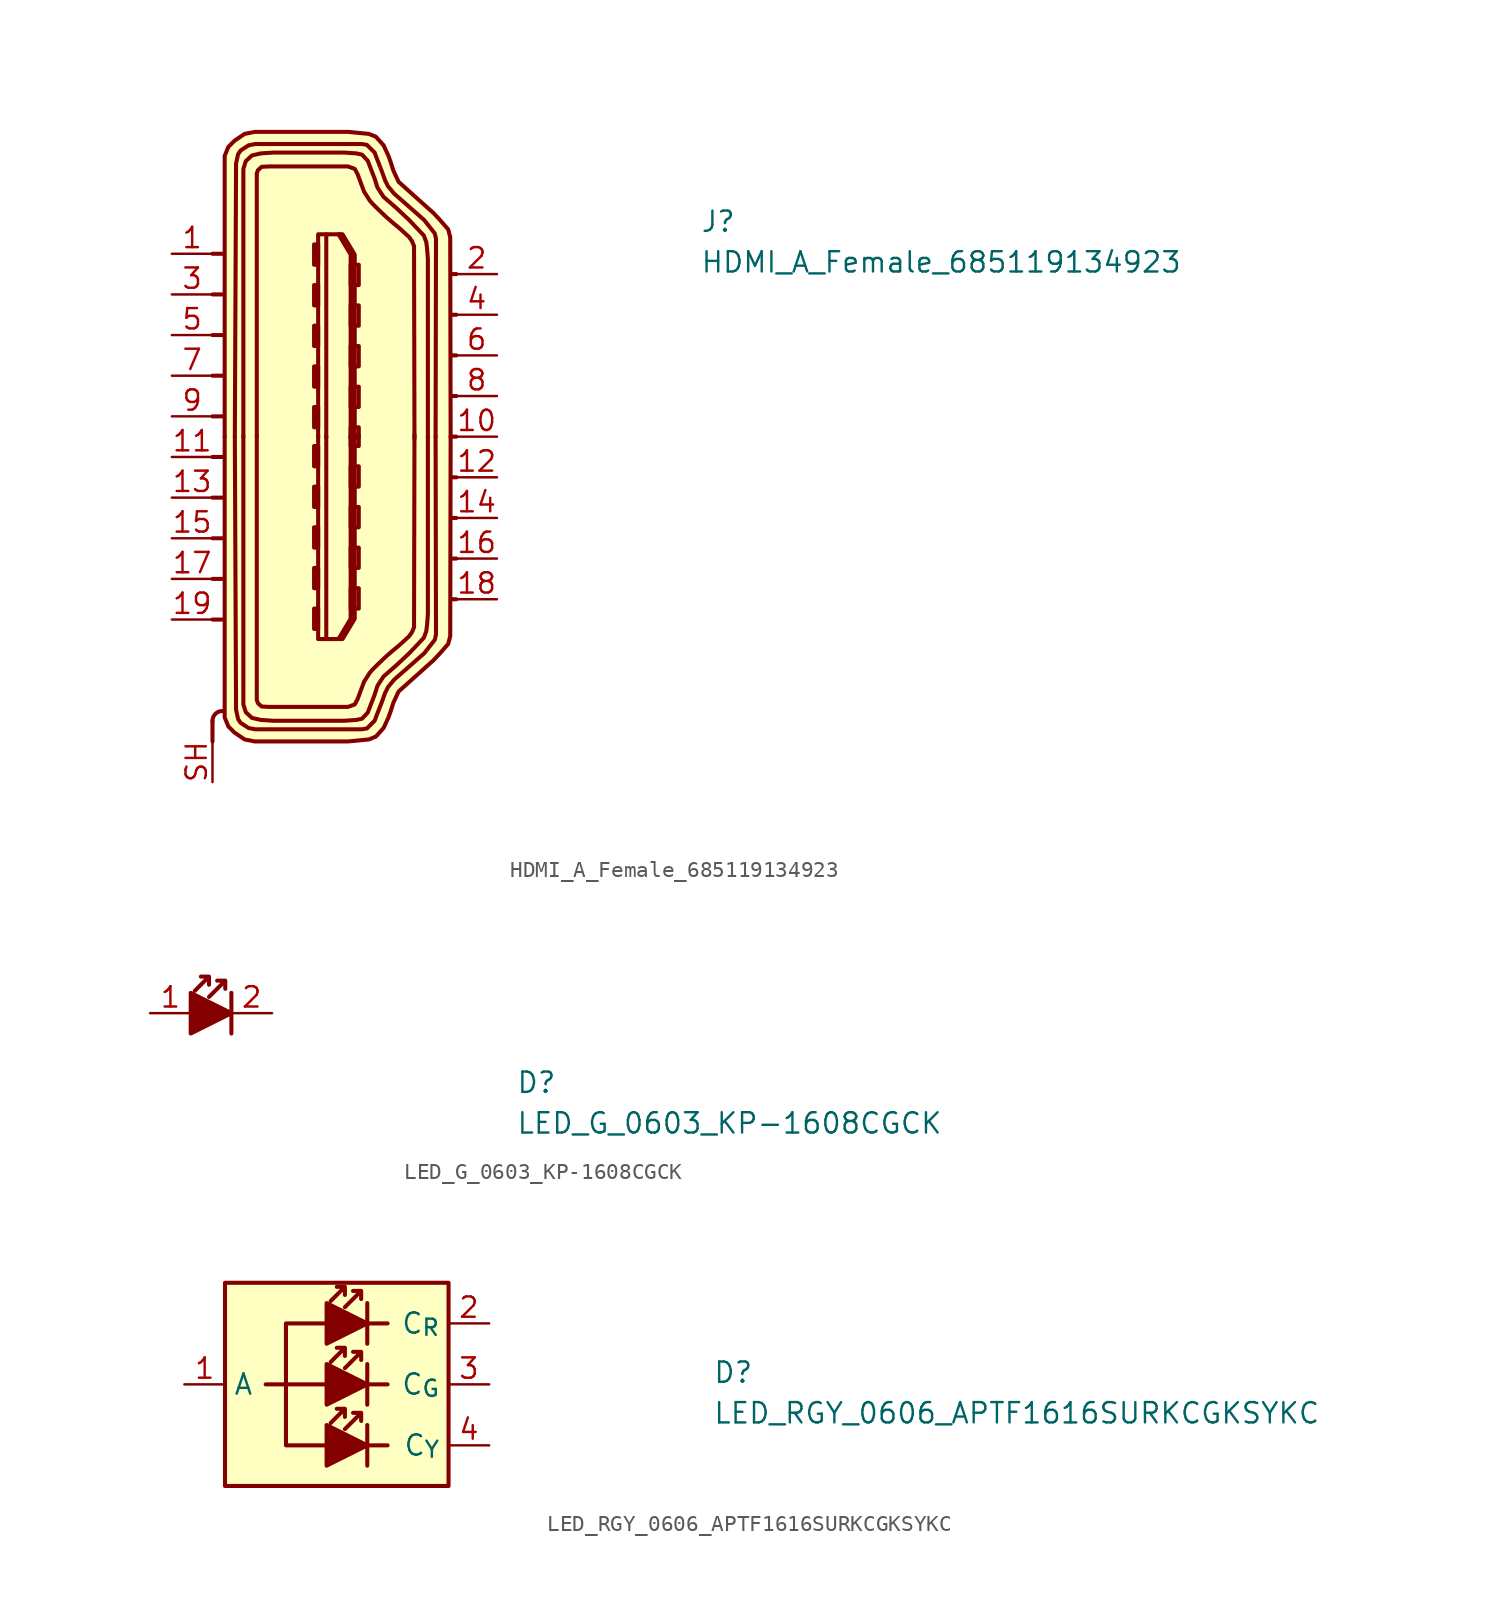
<source format=kicad_sym>
(kicad_symbol_lib
  (version 20211014)
  (generator kicad_symbol_editor)
  (symbol "HDMI_A_Female_685119134923"
    (property "Reference" "J"
      (at 33.02 1.27 0)
      (effects (font (size 1.27 1.27) (thickness 0.15)) (justify left bottom)))
    (property "Value" "HDMI_A_Female_685119134923"
      (at 33.02 -1.27 0)
      (effects (font (size 1.27 1.27) (thickness 0.15)) (justify left bottom)))
    (symbol "HDMI_A_Female_685119134923_1_1"
      (polyline (pts (xy 2.54 -29.21) (xy 2.54 -30.48)) (stroke (width 0.254) (type default) (color 0 0 0 0)) (fill (type none)))
      (polyline (pts (xy 3.175 -22.86) (xy 2.54 -22.86)) (stroke (width 0.254) (type default) (color 0 0 0 0)) (fill (type background)))
      (polyline (pts (xy 3.175 -20.32) (xy 2.54 -20.32)) (stroke (width 0.254) (type default) (color 0 0 0 0)) (fill (type background)))
      (polyline (pts (xy 3.175 -17.78) (xy 2.54 -17.78)) (stroke (width 0.254) (type default) (color 0 0 0 0)) (fill (type background)))
      (polyline (pts (xy 3.175 -15.24) (xy 2.54 -15.24)) (stroke (width 0.254) (type default) (color 0 0 0 0)) (fill (type background)))
      (polyline (pts (xy 3.175 -12.7) (xy 2.54 -12.7)) (stroke (width 0.254) (type default) (color 0 0 0 0)) (fill (type background)))
      (polyline (pts (xy 3.175 -10.16) (xy 2.54 -10.16)) (stroke (width 0.254) (type default) (color 0 0 0 0)) (fill (type background)))
      (polyline (pts (xy 3.175 -7.62) (xy 2.54 -7.62)) (stroke (width 0.254) (type default) (color 0 0 0 0)) (fill (type background)))
      (polyline (pts (xy 3.175 -5.08) (xy 2.54 -5.08)) (stroke (width 0.254) (type default) (color 0 0 0 0)) (fill (type background)))
      (polyline (pts (xy 3.175 -2.54) (xy 2.54 -2.54)) (stroke (width 0.254) (type default) (color 0 0 0 0)) (fill (type background)))
      (polyline (pts (xy 3.175 0) (xy 2.54 0)) (stroke (width 0.254) (type default) (color 0 0 0 0)) (fill (type background)))
      (polyline (pts (xy 9.652 -11.481) (xy 9.652 1.219)) (stroke (width 0.254) (type default) (color 0 0 0 0)) (fill (type background)))
      (polyline (pts (xy 9.652 -11.379) (xy 9.652 -24.079)) (stroke (width 0.254) (type default) (color 0 0 0 0)) (fill (type background)))
      (polyline (pts (xy 10.541 -24.079) (xy 11.303 -22.809)) (stroke (width 0.254) (type default) (color 0 0 0 0)) (fill (type background)))
      (polyline (pts (xy 10.541 1.219) (xy 11.303 -0.051)) (stroke (width 0.254) (type default) (color 0 0 0 0)) (fill (type background)))
      (polyline (pts (xy 11.303 -22.809) (xy 11.303 -11.379)) (stroke (width 0.254) (type default) (color 0 0 0 0)) (fill (type background)))
      (polyline (pts (xy 11.303 -0.051) (xy 11.303 -11.481)) (stroke (width 0.254) (type default) (color 0 0 0 0)) (fill (type background)))
      (polyline (pts (xy 17.78 -21.59) (xy 17.526 -21.59)) (stroke (width 0.254) (type default) (color 0 0 0 0)) (fill (type none)))
      (polyline (pts (xy 17.78 -19.05) (xy 17.526 -19.05)) (stroke (width 0.254) (type default) (color 0 0 0 0)) (fill (type none)))
      (polyline (pts (xy 17.78 -16.51) (xy 17.526 -16.51)) (stroke (width 0.254) (type default) (color 0 0 0 0)) (fill (type none)))
      (polyline (pts (xy 17.78 -13.97) (xy 17.526 -13.97)) (stroke (width 0.254) (type default) (color 0 0 0 0)) (fill (type none)))
      (polyline (pts (xy 17.78 -11.43) (xy 17.526 -11.43)) (stroke (width 0.254) (type default) (color 0 0 0 0)) (fill (type none)))
      (polyline (pts (xy 17.78 -8.89) (xy 17.526 -8.89)) (stroke (width 0.254) (type default) (color 0 0 0 0)) (fill (type none)))
      (polyline (pts (xy 17.78 -6.35) (xy 17.526 -6.35)) (stroke (width 0.254) (type default) (color 0 0 0 0)) (fill (type none)))
      (polyline (pts (xy 17.78 -3.81) (xy 17.526 -3.81)) (stroke (width 0.254) (type default) (color 0 0 0 0)) (fill (type none)))
      (polyline (pts (xy 17.78 -1.27) (xy 17.526 -1.27)) (stroke (width 0.254) (type default) (color 0 0 0 0)) (fill (type none)))
      (polyline (pts (xy 10.414 -24.079) (xy 11.176 -22.809) (xy 11.176 -11.379)) (stroke (width 0.254) (type default) (color 0 0 0 0)) (fill (type background)))
      (polyline (pts (xy 10.414 1.219) (xy 11.176 -0.051) (xy 11.176 -11.481)) (stroke (width 0.254) (type default) (color 0 0 0 0)) (fill (type background)))
      (polyline (pts (xy 9.144 -11.481) (xy 9.144 1.219) (xy 10.668 1.219) (xy 11.43 -0.051) (xy 11.43 -11.481)) (stroke (width 0.254) (type default) (color 0 0 0 0)) (fill (type background)))
      (polyline (pts (xy 9.144 -11.379) (xy 9.144 -24.079) (xy 10.668 -24.079) (xy 11.43 -22.809) (xy 11.43 -11.379)) (stroke (width 0.254) (type default) (color 0 0 0 0)) (fill (type background)))
      (polyline (pts (xy 3.937 -11.43) (xy 4.013 -28.499) (xy 4.14 -29.083) (xy 4.293 -29.312) (xy 4.801 -29.642) (xy 5.207 -29.718) (xy 6.553 -29.718) (xy 11.887 -29.718) (xy 12.192 -29.667) (xy 12.37 -29.489) (xy 12.675 -29.185) (xy 12.827 -28.778) (xy 13.106 -28.067) (xy 13.335 -27.432) (xy 13.513 -27.076) (xy 13.894 -26.619) (xy 15.773 -24.968) (xy 16.434 -24.13) (xy 16.51 -23.8) (xy 16.485 -11.43)) (stroke (width 0.254) (type default) (color 0 0 0 0)) (fill (type background)))
      (polyline (pts (xy 3.937 -11.43) (xy 4.013 5.639) (xy 4.14 6.223) (xy 4.293 6.452) (xy 4.801 6.782) (xy 5.207 6.858) (xy 6.553 6.858) (xy 11.887 6.858) (xy 12.192 6.807) (xy 12.37 6.629) (xy 12.675 6.325) (xy 12.827 5.918) (xy 13.106 5.207) (xy 13.335 4.572) (xy 13.513 4.216) (xy 13.894 3.759) (xy 15.773 2.108) (xy 16.434 1.27) (xy 16.51 0.94) (xy 16.485 -11.43)) (stroke (width 0.254) (type default) (color 0 0 0 0)) (fill (type background)))
      (polyline (pts (xy 17.424 -11.455) (xy 17.399 1.041) (xy 17.272 1.524) (xy 16.739 2.134) (xy 16.358 2.54) (xy 14.173 4.496) (xy 13.843 5.207) (xy 13.691 5.69) (xy 13.538 6.121) (xy 13.233 6.782) (xy 12.751 7.315) (xy 12.319 7.493) (xy 10.998 7.62) (xy 5.182 7.62) (xy 4.547 7.493) (xy 3.912 7.061) (xy 3.531 6.68) (xy 3.302 6.121) (xy 3.302 4.801) (xy 3.302 -11.43)) (stroke (width 0.254) (type default) (color 0 0 0 0)) (fill (type background)))
      (polyline (pts (xy 17.424 -11.405) (xy 17.399 -23.901) (xy 17.272 -24.384) (xy 16.739 -24.994) (xy 16.358 -25.4) (xy 14.173 -27.356) (xy 13.843 -28.067) (xy 13.691 -28.55) (xy 13.538 -28.981) (xy 13.233 -29.642) (xy 12.751 -30.175) (xy 12.319 -30.353) (xy 10.998 -30.48) (xy 5.182 -30.48) (xy 4.547 -30.353) (xy 3.912 -29.921) (xy 3.531 -29.54) (xy 3.302 -28.981) (xy 3.302 -27.661) (xy 3.302 -11.43)) (stroke (width 0.254) (type default) (color 0 0 0 0)) (fill (type background)))
      (polyline (pts (xy 4.47 -11.455) (xy 4.47 5.309) (xy 4.623 5.791) (xy 5.004 6.147) (xy 5.563 6.274) (xy 6.325 6.325) (xy 10.795 6.325) (xy 11.532 6.274) (xy 11.887 6.198) (xy 12.243 5.817) (xy 12.675 4.699) (xy 12.852 4.14) (xy 13.233 3.556) (xy 14.021 2.87) (xy 14.834 2.108) (xy 15.316 1.6) (xy 15.748 1.143) (xy 15.9 0.737) (xy 15.951 0.356) (xy 16.002 -0.33) (xy 16.002 -11.481)) (stroke (width 0.254) (type default) (color 0 0 0 0)) (fill (type background)))
      (polyline (pts (xy 4.47 -11.405) (xy 4.47 -28.169) (xy 4.623 -28.651) (xy 5.004 -29.007) (xy 5.563 -29.134) (xy 6.325 -29.185) (xy 10.795 -29.185) (xy 11.532 -29.134) (xy 11.887 -29.058) (xy 12.243 -28.677) (xy 12.675 -27.559) (xy 12.852 -27) (xy 13.233 -26.416) (xy 14.021 -25.73) (xy 14.834 -24.968) (xy 15.316 -24.46) (xy 15.748 -24.003) (xy 15.9 -23.597) (xy 15.951 -23.216) (xy 16.002 -22.53) (xy 16.002 -11.379)) (stroke (width 0.254) (type default) (color 0 0 0 0)) (fill (type background)))
      (polyline (pts (xy 5.309 -11.43) (xy 5.309 -27.889) (xy 5.385 -28.092) (xy 5.613 -28.296) (xy 6.121 -28.321) (xy 10.998 -28.321) (xy 11.43 -28.169) (xy 11.608 -27.838) (xy 11.862 -27.153) (xy 12.014 -26.746) (xy 12.37 -26.187) (xy 12.548 -25.984) (xy 12.751 -25.781) (xy 12.903 -25.629) (xy 13.386 -25.171) (xy 13.792 -24.816) (xy 14.224 -24.46) (xy 14.529 -24.181) (xy 14.834 -23.901) (xy 15.011 -23.647) (xy 15.138 -23.343) (xy 15.138 -22.962) (xy 15.164 -11.328)) (stroke (width 0.254) (type default) (color 0 0 0 0)) (fill (type background)))
      (polyline (pts (xy 5.309 -11.43) (xy 5.309 5.029) (xy 5.385 5.232) (xy 5.613 5.436) (xy 6.121 5.461) (xy 10.998 5.461) (xy 11.43 5.309) (xy 11.608 4.978) (xy 11.862 4.293) (xy 12.014 3.886) (xy 12.37 3.327) (xy 12.548 3.124) (xy 12.751 2.921) (xy 12.903 2.769) (xy 13.386 2.311) (xy 13.792 1.956) (xy 14.224 1.6) (xy 14.529 1.321) (xy 14.834 1.041) (xy 15.011 0.787) (xy 15.138 0.483) (xy 15.138 0.102) (xy 15.164 -11.532)) (stroke (width 0.254) (type default) (color 0 0 0 0)) (fill (type background)))
      (arc (start 3.175 -28.575) (mid 2.7175 -28.7592) (end 2.54 -29.21) (stroke (width 0.254) (type default) (color 0 0 0 0)) (fill (type none)))
      (rectangle (start 8.89 -23.444) (end 9.144 -22.174) (stroke (width 0.254) (type default) (color 0 0 0 0)) (fill (type background)))
      (rectangle (start 8.89 -20.904) (end 9.144 -19.634) (stroke (width 0.254) (type default) (color 0 0 0 0)) (fill (type background)))
      (rectangle (start 8.89 -18.364) (end 9.144 -17.094) (stroke (width 0.254) (type default) (color 0 0 0 0)) (fill (type background)))
      (rectangle (start 8.89 -15.824) (end 9.144 -14.554) (stroke (width 0.254) (type default) (color 0 0 0 0)) (fill (type background)))
      (rectangle (start 8.89 -13.284) (end 9.144 -12.014) (stroke (width 0.254) (type default) (color 0 0 0 0)) (fill (type background)))
      (rectangle (start 8.89 -9.576) (end 9.144 -10.846) (stroke (width 0.254) (type default) (color 0 0 0 0)) (fill (type background)))
      (rectangle (start 8.89 -7.036) (end 9.144 -8.306) (stroke (width 0.254) (type default) (color 0 0 0 0)) (fill (type background)))
      (rectangle (start 8.89 -4.496) (end 9.144 -5.766) (stroke (width 0.254) (type default) (color 0 0 0 0)) (fill (type background)))
      (rectangle (start 8.89 -1.956) (end 9.144 -3.226) (stroke (width 0.254) (type default) (color 0 0 0 0)) (fill (type background)))
      (rectangle (start 8.89 0.584) (end 9.144 -0.686) (stroke (width 0.254) (type default) (color 0 0 0 0)) (fill (type background)))
      (rectangle (start 11.176 -22.174) (end 11.684 -20.904) (stroke (width 0.254) (type default) (color 0 0 0 0)) (fill (type background)))
      (rectangle (start 11.176 -19.634) (end 11.684 -18.364) (stroke (width 0.254) (type default) (color 0 0 0 0)) (fill (type background)))
      (rectangle (start 11.176 -17.094) (end 11.684 -15.824) (stroke (width 0.254) (type default) (color 0 0 0 0)) (fill (type background)))
      (rectangle (start 11.176 -14.554) (end 11.684 -13.284) (stroke (width 0.254) (type default) (color 0 0 0 0)) (fill (type background)))
      (rectangle (start 11.176 -12.014) (end 11.684 -11.379) (stroke (width 0.254) (type default) (color 0 0 0 0)) (fill (type background)))
      (rectangle (start 11.176 -10.846) (end 11.684 -11.481) (stroke (width 0.254) (type default) (color 0 0 0 0)) (fill (type background)))
      (rectangle (start 11.176 -8.306) (end 11.684 -9.576) (stroke (width 0.254) (type default) (color 0 0 0 0)) (fill (type background)))
      (rectangle (start 11.176 -5.766) (end 11.684 -7.036) (stroke (width 0.254) (type default) (color 0 0 0 0)) (fill (type background)))
      (rectangle (start 11.176 -3.226) (end 11.684 -4.496) (stroke (width 0.254) (type default) (color 0 0 0 0)) (fill (type background)))
      (rectangle (start 11.176 -0.686) (end 11.684 -1.956) (stroke (width 0.254) (type default) (color 0 0 0 0)) (fill (type background)))
      (pin passive line (at 0 0 0) (length 2.54) (name "~" (effects (font (size 1.27 1.27)))) (number "1" (effects (font (size 1.27 1.27)))))
      (pin passive line (at 20.32 -11.43 180) (length 2.54) (name "~" (effects (font (size 1.27 1.27)))) (number "10" (effects (font (size 1.27 1.27)))))
      (pin passive line (at 0 -12.7 0) (length 2.54) (name "~" (effects (font (size 1.27 1.27)))) (number "11" (effects (font (size 1.27 1.27)))))
      (pin passive line (at 20.32 -13.97 180) (length 2.54) (name "~" (effects (font (size 1.27 1.27)))) (number "12" (effects (font (size 1.27 1.27)))))
      (pin passive line (at 0 -15.24 0) (length 2.54) (name "~" (effects (font (size 1.27 1.27)))) (number "13" (effects (font (size 1.27 1.27)))))
      (pin passive line (at 20.32 -16.51 180) (length 2.54) (name "~" (effects (font (size 1.27 1.27)))) (number "14" (effects (font (size 1.27 1.27)))))
      (pin passive line (at 0 -17.78 0) (length 2.54) (name "~" (effects (font (size 1.27 1.27)))) (number "15" (effects (font (size 1.27 1.27)))))
      (pin passive line (at 20.32 -19.05 180) (length 2.54) (name "~" (effects (font (size 1.27 1.27)))) (number "16" (effects (font (size 1.27 1.27)))))
      (pin passive line (at 0 -20.32 0) (length 2.54) (name "~" (effects (font (size 1.27 1.27)))) (number "17" (effects (font (size 1.27 1.27)))))
      (pin passive line (at 20.32 -21.59 180) (length 2.54) (name "~" (effects (font (size 1.27 1.27)))) (number "18" (effects (font (size 1.27 1.27)))))
      (pin passive line (at 0 -22.86 0) (length 2.54) (name "~" (effects (font (size 1.27 1.27)))) (number "19" (effects (font (size 1.27 1.27)))))
      (pin passive line (at 20.32 -1.27 180) (length 2.54) (name "~" (effects (font (size 1.27 1.27)))) (number "2" (effects (font (size 1.27 1.27)))))
      (pin passive line (at 0 -2.54 0) (length 2.54) (name "~" (effects (font (size 1.27 1.27)))) (number "3" (effects (font (size 1.27 1.27)))))
      (pin passive line (at 20.32 -3.81 180) (length 2.54) (name "~" (effects (font (size 1.27 1.27)))) (number "4" (effects (font (size 1.27 1.27)))))
      (pin passive line (at 0 -5.08 0) (length 2.54) (name "~" (effects (font (size 1.27 1.27)))) (number "5" (effects (font (size 1.27 1.27)))))
      (pin passive line (at 20.32 -6.35 180) (length 2.54) (name "~" (effects (font (size 1.27 1.27)))) (number "6" (effects (font (size 1.27 1.27)))))
      (pin passive line (at 0 -7.62 0) (length 2.54) (name "~" (effects (font (size 1.27 1.27)))) (number "7" (effects (font (size 1.27 1.27)))))
      (pin passive line (at 20.32 -8.89 180) (length 2.54) (name "~" (effects (font (size 1.27 1.27)))) (number "8" (effects (font (size 1.27 1.27)))))
      (pin passive line (at 0 -10.16 0) (length 2.54) (name "~" (effects (font (size 1.27 1.27)))) (number "9" (effects (font (size 1.27 1.27)))))
      (pin passive line (at 2.54 -33.02 90) (length 2.54) (name "~" (effects (font (size 1.27 1.27)))) (number "SH" (effects (font (size 1.27 1.27)))))))
  (symbol "LED_G_0603_KP-1608CGCK"
    (pin_names hide)
    (property "Reference" "D"
      (at 22.86 -5.08 0)
      (effects (font (size 1.27 1.27) (thickness 0.15)) (justify left bottom)))
    (property "Value" "LED_G_0603_KP-1608CGCK"
      (at 22.86 -7.62 0)
      (effects (font (size 1.27 1.27) (thickness 0.15)) (justify left bottom)))
    (symbol "LED_G_0603_KP-1608CGCK_1_1"
      (polyline (pts (xy 5.08 1.27) (xy 5.08 -1.27)) (stroke (width 0.254) (type default) (color 0 0 0 0)) (fill (type none)))
      (polyline (pts (xy 2.54 1.27) (xy 2.54 -1.27) (xy 5.08 0) (xy 2.54 1.27)) (stroke (width 0.254) (type default) (color 0 0 0 0)) (fill (type outline)))
      (polyline (pts (xy 3.683 2.286) (xy 3.683 1.778) (xy 3.683 2.286) (xy 3.175 2.286) (xy 3.683 2.286) (xy 2.794 1.397)) (stroke (width 0.254) (type default) (color 0 0 0 0)) (fill (type none)))
      (polyline (pts (xy 4.699 2.032) (xy 4.699 1.524) (xy 4.699 2.032) (xy 4.191 2.032) (xy 4.699 2.032) (xy 3.683 1.016)) (stroke (width 0.254) (type default) (color 0 0 0 0)) (fill (type none)))
      (pin passive line (at 0 0 0) (length 2.54) (name "1" (effects (font (size 1.27 1.27)))) (number "1" (effects (font (size 1.27 1.27)))))
      (pin passive line (at 7.62 0 180) (length 2.54) (name "2" (effects (font (size 1.27 1.27)))) (number "2" (effects (font (size 1.27 1.27)))))))
  (symbol "LED_RGY_0606_APTF1616SURKCGKSYKC"
    (property "Reference" "D"
      (at 33.02 -3.81 0)
      (effects (font (size 1.27 1.27) (thickness 0.15)) (justify left bottom)))
    (property "Value" "LED_RGY_0606_APTF1616SURKCGKSYKC"
      (at 33.02 -6.35 0)
      (effects (font (size 1.27 1.27) (thickness 0.15)) (justify left bottom)))
    (symbol "LED_RGY_0606_APTF1616SURKCGKSYKC_1_1"
      (polyline (pts (xy 6.35 -3.81) (xy 5.08 -3.81)) (stroke (width 0.254) (type default) (color 0 0 0 0)) (fill (type none)))
      (polyline (pts (xy 11.43 -6.35) (xy 11.43 -8.89)) (stroke (width 0.254) (type default) (color 0 0 0 0)) (fill (type none)))
      (polyline (pts (xy 11.43 -2.54) (xy 11.43 -5.08)) (stroke (width 0.254) (type default) (color 0 0 0 0)) (fill (type none)))
      (polyline (pts (xy 11.43 1.27) (xy 11.43 -1.27)) (stroke (width 0.254) (type default) (color 0 0 0 0)) (fill (type none)))
      (polyline (pts (xy 12.7 -7.62) (xy 11.43 -7.62)) (stroke (width 0.254) (type default) (color 0 0 0 0)) (fill (type none)))
      (polyline (pts (xy 12.7 -3.81) (xy 11.43 -3.81)) (stroke (width 0.254) (type default) (color 0 0 0 0)) (fill (type none)))
      (polyline (pts (xy 12.7 0) (xy 11.43 0)) (stroke (width 0.254) (type default) (color 0 0 0 0)) (fill (type none)))
      (polyline (pts (xy 6.35 -3.81) (xy 6.35 -7.62) (xy 8.89 -7.62)) (stroke (width 0.254) (type default) (color 0 0 0 0)) (fill (type none)))
      (polyline (pts (xy 8.89 -6.35) (xy 8.89 -8.89) (xy 11.43 -7.62) (xy 8.89 -6.35)) (stroke (width 0.254) (type default) (color 0 0 0 0)) (fill (type outline)))
      (polyline (pts (xy 8.89 -3.81) (xy 6.35 -3.81) (xy 6.35 0) (xy 8.89 0)) (stroke (width 0.254) (type default) (color 0 0 0 0)) (fill (type none)))
      (polyline (pts (xy 8.89 -2.54) (xy 8.89 -5.08) (xy 11.43 -3.81) (xy 8.89 -2.54)) (stroke (width 0.254) (type default) (color 0 0 0 0)) (fill (type outline)))
      (polyline (pts (xy 8.89 1.27) (xy 8.89 -1.27) (xy 11.43 0) (xy 8.89 1.27)) (stroke (width 0.254) (type default) (color 0 0 0 0)) (fill (type outline)))
      (polyline (pts (xy 10.033 -5.334) (xy 10.033 -5.842) (xy 10.033 -5.334) (xy 9.525 -5.334) (xy 10.033 -5.334) (xy 9.144 -6.223)) (stroke (width 0.254) (type default) (color 0 0 0 0)) (fill (type none)))
      (polyline (pts (xy 10.033 -1.524) (xy 10.033 -2.032) (xy 10.033 -1.524) (xy 9.525 -1.524) (xy 10.033 -1.524) (xy 9.144 -2.413)) (stroke (width 0.254) (type default) (color 0 0 0 0)) (fill (type none)))
      (polyline (pts (xy 10.033 2.286) (xy 10.033 1.778) (xy 10.033 2.286) (xy 9.525 2.286) (xy 10.033 2.286) (xy 9.144 1.397)) (stroke (width 0.254) (type default) (color 0 0 0 0)) (fill (type none)))
      (polyline (pts (xy 11.049 -5.588) (xy 11.049 -6.096) (xy 11.049 -5.588) (xy 10.541 -5.588) (xy 11.049 -5.588) (xy 10.033 -6.604)) (stroke (width 0.254) (type default) (color 0 0 0 0)) (fill (type none)))
      (polyline (pts (xy 11.049 -1.778) (xy 11.049 -2.286) (xy 11.049 -1.778) (xy 10.541 -1.778) (xy 11.049 -1.778) (xy 10.033 -2.794)) (stroke (width 0.254) (type default) (color 0 0 0 0)) (fill (type none)))
      (polyline (pts (xy 11.049 2.032) (xy 11.049 1.524) (xy 11.049 2.032) (xy 10.541 2.032) (xy 11.049 2.032) (xy 10.033 1.016)) (stroke (width 0.254) (type default) (color 0 0 0 0)) (fill (type none)))
      (rectangle (start 16.51 2.54) (end 2.54 -10.16) (stroke (width 0.254) (type default) (color 0 0 0 0)) (fill (type background)))
      (pin passive line (at 0 -3.81 0) (length 2.54) (name "A" (effects (font (size 1.27 1.27)))) (number "1" (effects (font (size 1.27 1.27)))))
      (pin passive line (at 19.05 0 180) (length 2.54) (name "C_{R}" (effects (font (size 1.27 1.27)))) (number "2" (effects (font (size 1.27 1.27)))))
      (pin passive line (at 19.05 -3.81 180) (length 2.54) (name "C_{G}" (effects (font (size 1.27 1.27)))) (number "3" (effects (font (size 1.27 1.27)))))
      (pin passive line (at 19.05 -7.62 180) (length 2.54) (name "C_{Y}" (effects (font (size 1.27 1.27)))) (number "4" (effects (font (size 1.27 1.27))))))))
</source>
